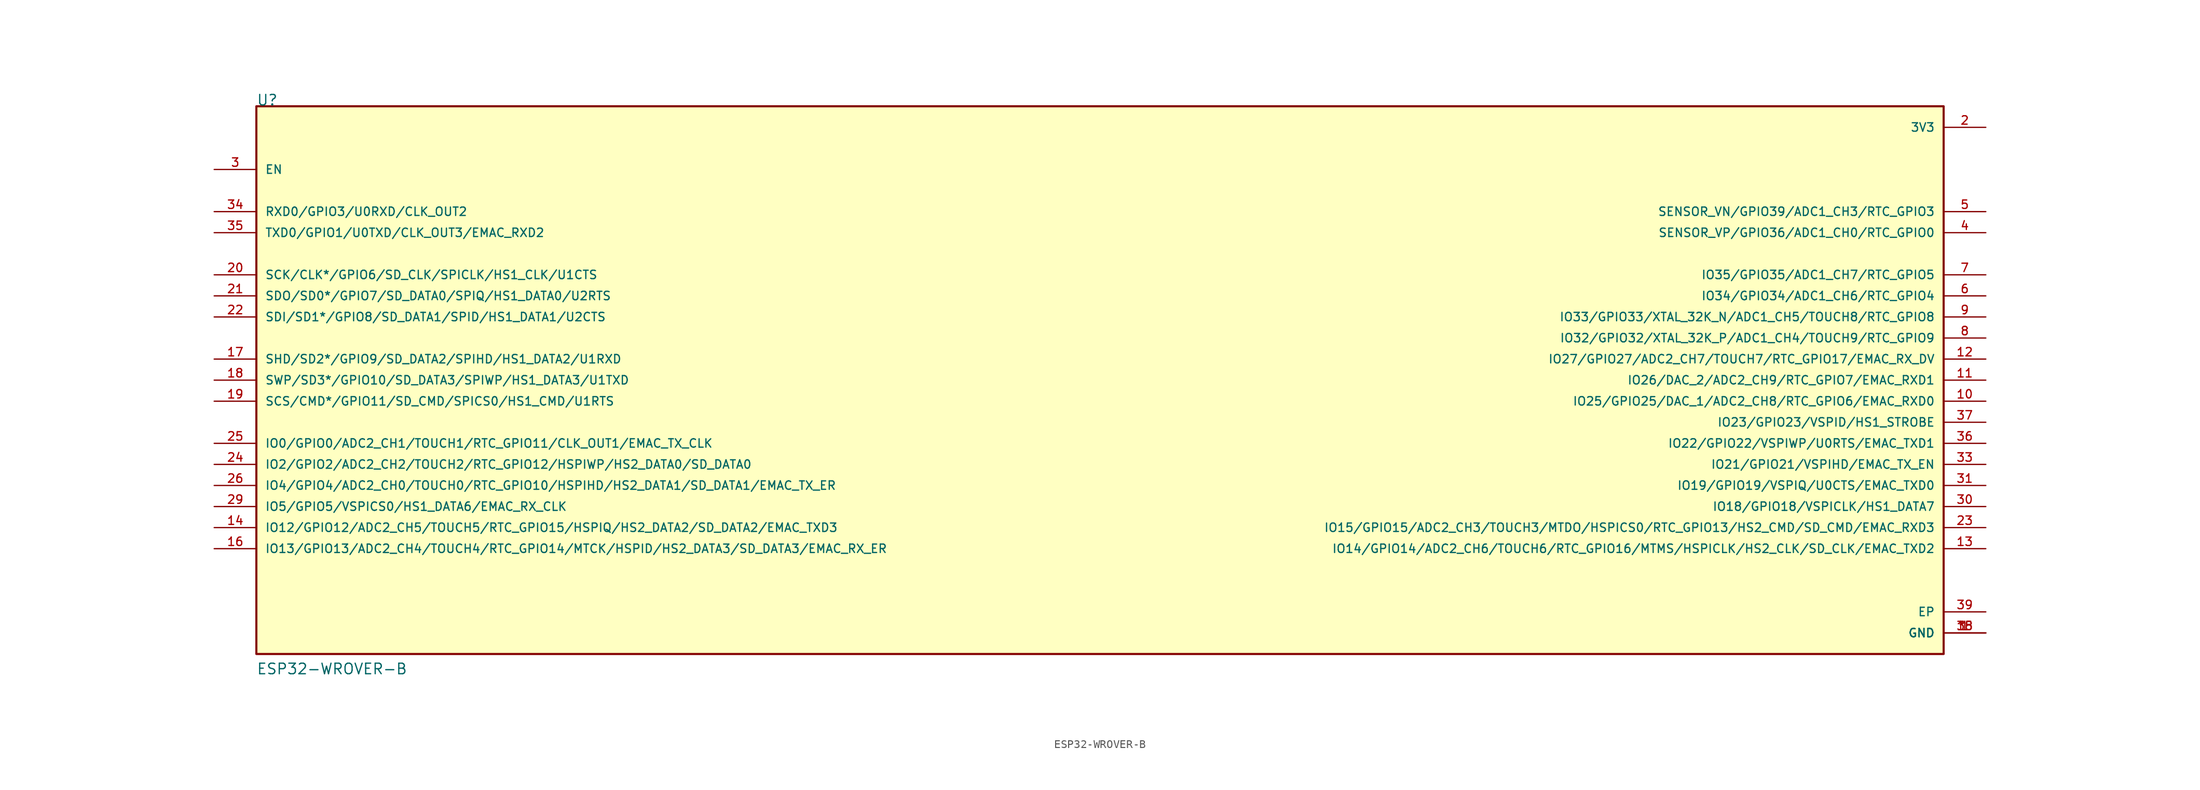
<source format=kicad_sym>
(kicad_symbol_lib
  (version 20231120)
  (generator "kicad_symbol_editor")
  (generator_version "8.0")
  (symbol "ESP32-WROVER-B"
    (pin_names
      (offset 1.016))
    (property "Reference" "U"
      (at -101.6 33.02 0)
      (effects (font (size 1.27 1.27)) (justify left bottom)))
    (property "Value" "ESP32-WROVER-B"
      (at -101.6 -35.56 0)
      (effects (font (size 1.27 1.27)) (justify left bottom)))
    (symbol "ESP32-WROVER-B_0_0"
      (rectangle (start -101.6 -33.02) (end 101.6 33.02) (stroke (width 0.254) (type default)) (fill (type background)))
      (pin power_in line (at 106.68 -30.48 180) (length 5.08) (name "GND" (effects (font (size 1.016 1.016)))) (number "1" (effects (font (size 1.016 1.016)))))
      (pin bidirectional line (at 106.68 -2.54 180) (length 5.08) (name "IO25/GPIO25/DAC_1/ADC2_CH8/RTC_GPIO6/EMAC_RXD0" (effects (font (size 1.016 1.016)))) (number "10" (effects (font (size 1.016 1.016)))))
      (pin bidirectional line (at 106.68 0 180) (length 5.08) (name "IO26/DAC_2/ADC2_CH9/RTC_GPIO7/EMAC_RXD1" (effects (font (size 1.016 1.016)))) (number "11" (effects (font (size 1.016 1.016)))))
      (pin bidirectional line (at 106.68 2.54 180) (length 5.08) (name "IO27/GPIO27/ADC2_CH7/TOUCH7/RTC_GPIO17/EMAC_RX_DV" (effects (font (size 1.016 1.016)))) (number "12" (effects (font (size 1.016 1.016)))))
      (pin bidirectional line (at 106.68 -20.32 180) (length 5.08) (name "IO14/GPIO14/ADC2_CH6/TOUCH6/RTC_GPIO16/MTMS/HSPICLK/HS2_CLK/SD_CLK/EMAC_TXD2" (effects (font (size 1.016 1.016)))) (number "13" (effects (font (size 1.016 1.016)))))
      (pin bidirectional line (at -106.68 -17.78 0) (length 5.08) (name "IO12/GPIO12/ADC2_CH5/TOUCH5/RTC_GPIO15/HSPIQ/HS2_DATA2/SD_DATA2/EMAC_TXD3" (effects (font (size 1.016 1.016)))) (number "14" (effects (font (size 1.016 1.016)))))
      (pin power_in line (at 106.68 -30.48 180) (length 5.08) (name "GND" (effects (font (size 1.016 1.016)))) (number "15" (effects (font (size 1.016 1.016)))))
      (pin bidirectional line (at -106.68 -20.32 0) (length 5.08) (name "IO13/GPIO13/ADC2_CH4/TOUCH4/RTC_GPIO14/MTCK/HSPID/HS2_DATA3/SD_DATA3/EMAC_RX_ER" (effects (font (size 1.016 1.016)))) (number "16" (effects (font (size 1.016 1.016)))))
      (pin bidirectional line (at -106.68 2.54 0) (length 5.08) (name "SHD/SD2*/GPIO9/SD_DATA2/SPIHD/HS1_DATA2/U1RXD" (effects (font (size 1.016 1.016)))) (number "17" (effects (font (size 1.016 1.016)))))
      (pin bidirectional line (at -106.68 0 0) (length 5.08) (name "SWP/SD3*/GPIO10/SD_DATA3/SPIWP/HS1_DATA3/U1TXD" (effects (font (size 1.016 1.016)))) (number "18" (effects (font (size 1.016 1.016)))))
      (pin bidirectional line (at -106.68 -2.54 0) (length 5.08) (name "SCS/CMD*/GPIO11/SD_CMD/SPICS0/HS1_CMD/U1RTS" (effects (font (size 1.016 1.016)))) (number "19" (effects (font (size 1.016 1.016)))))
      (pin power_in line (at 106.68 30.48 180) (length 5.08) (name "3V3" (effects (font (size 1.016 1.016)))) (number "2" (effects (font (size 1.016 1.016)))))
      (pin bidirectional line (at -106.68 12.7 0) (length 5.08) (name "SCK/CLK*/GPIO6/SD_CLK/SPICLK/HS1_CLK/U1CTS" (effects (font (size 1.016 1.016)))) (number "20" (effects (font (size 1.016 1.016)))))
      (pin bidirectional line (at -106.68 10.16 0) (length 5.08) (name "SDO/SD0*/GPIO7/SD_DATA0/SPIQ/HS1_DATA0/U2RTS" (effects (font (size 1.016 1.016)))) (number "21" (effects (font (size 1.016 1.016)))))
      (pin bidirectional line (at -106.68 7.62 0) (length 5.08) (name "SDI/SD1*/GPIO8/SD_DATA1/SPID/HS1_DATA1/U2CTS" (effects (font (size 1.016 1.016)))) (number "22" (effects (font (size 1.016 1.016)))))
      (pin bidirectional line (at 106.68 -17.78 180) (length 5.08) (name "IO15/GPIO15/ADC2_CH3/TOUCH3/MTDO/HSPICS0/RTC_GPIO13/HS2_CMD/SD_CMD/EMAC_RXD3" (effects (font (size 1.016 1.016)))) (number "23" (effects (font (size 1.016 1.016)))))
      (pin bidirectional line (at -106.68 -10.16 0) (length 5.08) (name "IO2/GPIO2/ADC2_CH2/TOUCH2/RTC_GPIO12/HSPIWP/HS2_DATA0/SD_DATA0" (effects (font (size 1.016 1.016)))) (number "24" (effects (font (size 1.016 1.016)))))
      (pin bidirectional line (at -106.68 -7.62 0) (length 5.08) (name "IO0/GPIO0/ADC2_CH1/TOUCH1/RTC_GPIO11/CLK_OUT1/EMAC_TX_CLK" (effects (font (size 1.016 1.016)))) (number "25" (effects (font (size 1.016 1.016)))))
      (pin bidirectional line (at -106.68 -12.7 0) (length 5.08) (name "IO4/GPIO4/ADC2_CH0/TOUCH0/RTC_GPIO10/HSPIHD/HS2_DATA1/SD_DATA1/EMAC_TX_ER" (effects (font (size 1.016 1.016)))) (number "26" (effects (font (size 1.016 1.016)))))
      (pin bidirectional line (at -106.68 -15.24 0) (length 5.08) (name "IO5/GPIO5/VSPICS0/HS1_DATA6/EMAC_RX_CLK" (effects (font (size 1.016 1.016)))) (number "29" (effects (font (size 1.016 1.016)))))
      (pin input line (at -106.68 25.4 0) (length 5.08) (name "EN" (effects (font (size 1.016 1.016)))) (number "3" (effects (font (size 1.016 1.016)))))
      (pin bidirectional line (at 106.68 -15.24 180) (length 5.08) (name "IO18/GPIO18/VSPICLK/HS1_DATA7" (effects (font (size 1.016 1.016)))) (number "30" (effects (font (size 1.016 1.016)))))
      (pin bidirectional line (at 106.68 -12.7 180) (length 5.08) (name "IO19/GPIO19/VSPIQ/U0CTS/EMAC_TXD0" (effects (font (size 1.016 1.016)))) (number "31" (effects (font (size 1.016 1.016)))))
      (pin bidirectional line (at 106.68 -10.16 180) (length 5.08) (name "IO21/GPIO21/VSPIHD/EMAC_TX_EN" (effects (font (size 1.016 1.016)))) (number "33" (effects (font (size 1.016 1.016)))))
      (pin bidirectional line (at -106.68 20.32 0) (length 5.08) (name "RXD0/GPIO3/U0RXD/CLK_OUT2" (effects (font (size 1.016 1.016)))) (number "34" (effects (font (size 1.016 1.016)))))
      (pin bidirectional line (at -106.68 17.78 0) (length 5.08) (name "TXD0/GPIO1/U0TXD/CLK_OUT3/EMAC_RXD2" (effects (font (size 1.016 1.016)))) (number "35" (effects (font (size 1.016 1.016)))))
      (pin bidirectional line (at 106.68 -7.62 180) (length 5.08) (name "IO22/GPIO22/VSPIWP/U0RTS/EMAC_TXD1" (effects (font (size 1.016 1.016)))) (number "36" (effects (font (size 1.016 1.016)))))
      (pin bidirectional line (at 106.68 -5.08 180) (length 5.08) (name "IO23/GPIO23/VSPID/HS1_STROBE" (effects (font (size 1.016 1.016)))) (number "37" (effects (font (size 1.016 1.016)))))
      (pin power_in line (at 106.68 -30.48 180) (length 5.08) (name "GND" (effects (font (size 1.016 1.016)))) (number "38" (effects (font (size 1.016 1.016)))))
      (pin power_in line (at 106.68 -27.94 180) (length 5.08) (name "EP" (effects (font (size 1.016 1.016)))) (number "39" (effects (font (size 1.016 1.016)))))
      (pin bidirectional line (at 106.68 17.78 180) (length 5.08) (name "SENSOR_VP/GPIO36/ADC1_CH0/RTC_GPIO0" (effects (font (size 1.016 1.016)))) (number "4" (effects (font (size 1.016 1.016)))))
      (pin bidirectional line (at 106.68 20.32 180) (length 5.08) (name "SENSOR_VN/GPIO39/ADC1_CH3/RTC_GPIO3" (effects (font (size 1.016 1.016)))) (number "5" (effects (font (size 1.016 1.016)))))
      (pin bidirectional line (at 106.68 10.16 180) (length 5.08) (name "IO34/GPIO34/ADC1_CH6/RTC_GPIO4" (effects (font (size 1.016 1.016)))) (number "6" (effects (font (size 1.016 1.016)))))
      (pin bidirectional line (at 106.68 12.7 180) (length 5.08) (name "IO35/GPIO35/ADC1_CH7/RTC_GPIO5" (effects (font (size 1.016 1.016)))) (number "7" (effects (font (size 1.016 1.016)))))
      (pin bidirectional line (at 106.68 5.08 180) (length 5.08) (name "IO32/GPIO32/XTAL_32K_P/ADC1_CH4/TOUCH9/RTC_GPIO9" (effects (font (size 1.016 1.016)))) (number "8" (effects (font (size 1.016 1.016)))))
      (pin bidirectional line (at 106.68 7.62 180) (length 5.08) (name "IO33/GPIO33/XTAL_32K_N/ADC1_CH5/TOUCH8/RTC_GPIO8" (effects (font (size 1.016 1.016)))) (number "9" (effects (font (size 1.016 1.016))))))))
</source>
